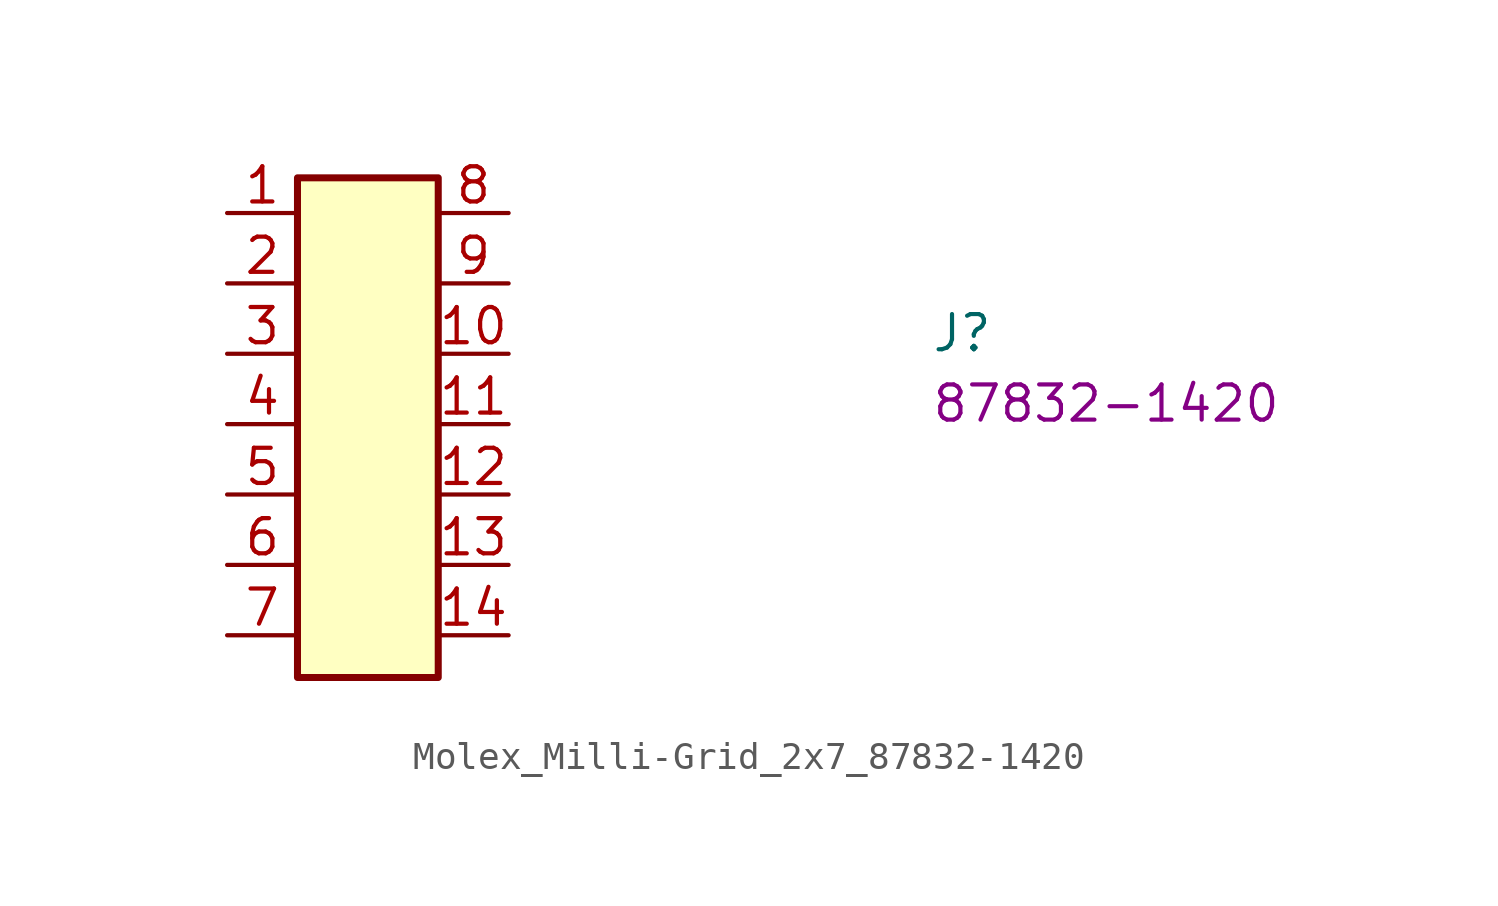
<source format=kicad_sym>
(kicad_symbol_lib
  (version 20220914)
  (generator kicad_symbol_editor)
  (symbol "Molex_Milli-Grid_2x7_87832-1420"
    (property "Reference" "J"
      (at 25.4 -5.08 0)
      (effects (font (size 1.27 1.27) (thickness 0.15)) (justify left bottom)))
    (property "MPN" "87832-1420"
      (at 25.4 -7.62 0)
      (effects (font (size 1.27 1.27) (thickness 0.15)) (justify left bottom)))
    (symbol "Molex_Milli-Grid_2x7_87832-1420_1_1"
      (rectangle (start 2.54 1.27) (end 7.62 -16.764) (stroke (width 0.254) (type default)) (fill (type background)))
      (pin passive line (at 0 0 0) (length 2.54) (name "~" (effects (font (size 1.27 1.27)))) (number "1" (effects (font (size 1.27 1.27)))))
      (pin passive line (at 10.16 -5.08 180) (length 2.54) (name "~" (effects (font (size 1.27 1.27)))) (number "10" (effects (font (size 1.27 1.27)))))
      (pin passive line (at 10.16 -7.62 180) (length 2.54) (name "~" (effects (font (size 1.27 1.27)))) (number "11" (effects (font (size 1.27 1.27)))))
      (pin passive line (at 10.16 -10.16 180) (length 2.54) (name "~" (effects (font (size 1.27 1.27)))) (number "12" (effects (font (size 1.27 1.27)))))
      (pin passive line (at 10.16 -12.7 180) (length 2.54) (name "~" (effects (font (size 1.27 1.27)))) (number "13" (effects (font (size 1.27 1.27)))))
      (pin passive line (at 10.16 -15.24 180) (length 2.54) (name "~" (effects (font (size 1.27 1.27)))) (number "14" (effects (font (size 1.27 1.27)))))
      (pin passive line (at 0 -2.54 0) (length 2.54) (name "~" (effects (font (size 1.27 1.27)))) (number "2" (effects (font (size 1.27 1.27)))))
      (pin passive line (at 0 -5.08 0) (length 2.54) (name "~" (effects (font (size 1.27 1.27)))) (number "3" (effects (font (size 1.27 1.27)))))
      (pin passive line (at 0 -7.62 0) (length 2.54) (name "~" (effects (font (size 1.27 1.27)))) (number "4" (effects (font (size 1.27 1.27)))))
      (pin passive line (at 0 -10.16 0) (length 2.54) (name "~" (effects (font (size 1.27 1.27)))) (number "5" (effects (font (size 1.27 1.27)))))
      (pin passive line (at 0 -12.7 0) (length 2.54) (name "~" (effects (font (size 1.27 1.27)))) (number "6" (effects (font (size 1.27 1.27)))))
      (pin passive line (at 0 -15.24 0) (length 2.54) (name "~" (effects (font (size 1.27 1.27)))) (number "7" (effects (font (size 1.27 1.27)))))
      (pin passive line (at 10.16 0 180) (length 2.54) (name "~" (effects (font (size 1.27 1.27)))) (number "8" (effects (font (size 1.27 1.27)))))
      (pin passive line (at 10.16 -2.54 180) (length 2.54) (name "~" (effects (font (size 1.27 1.27)))) (number "9" (effects (font (size 1.27 1.27))))))))
</source>
